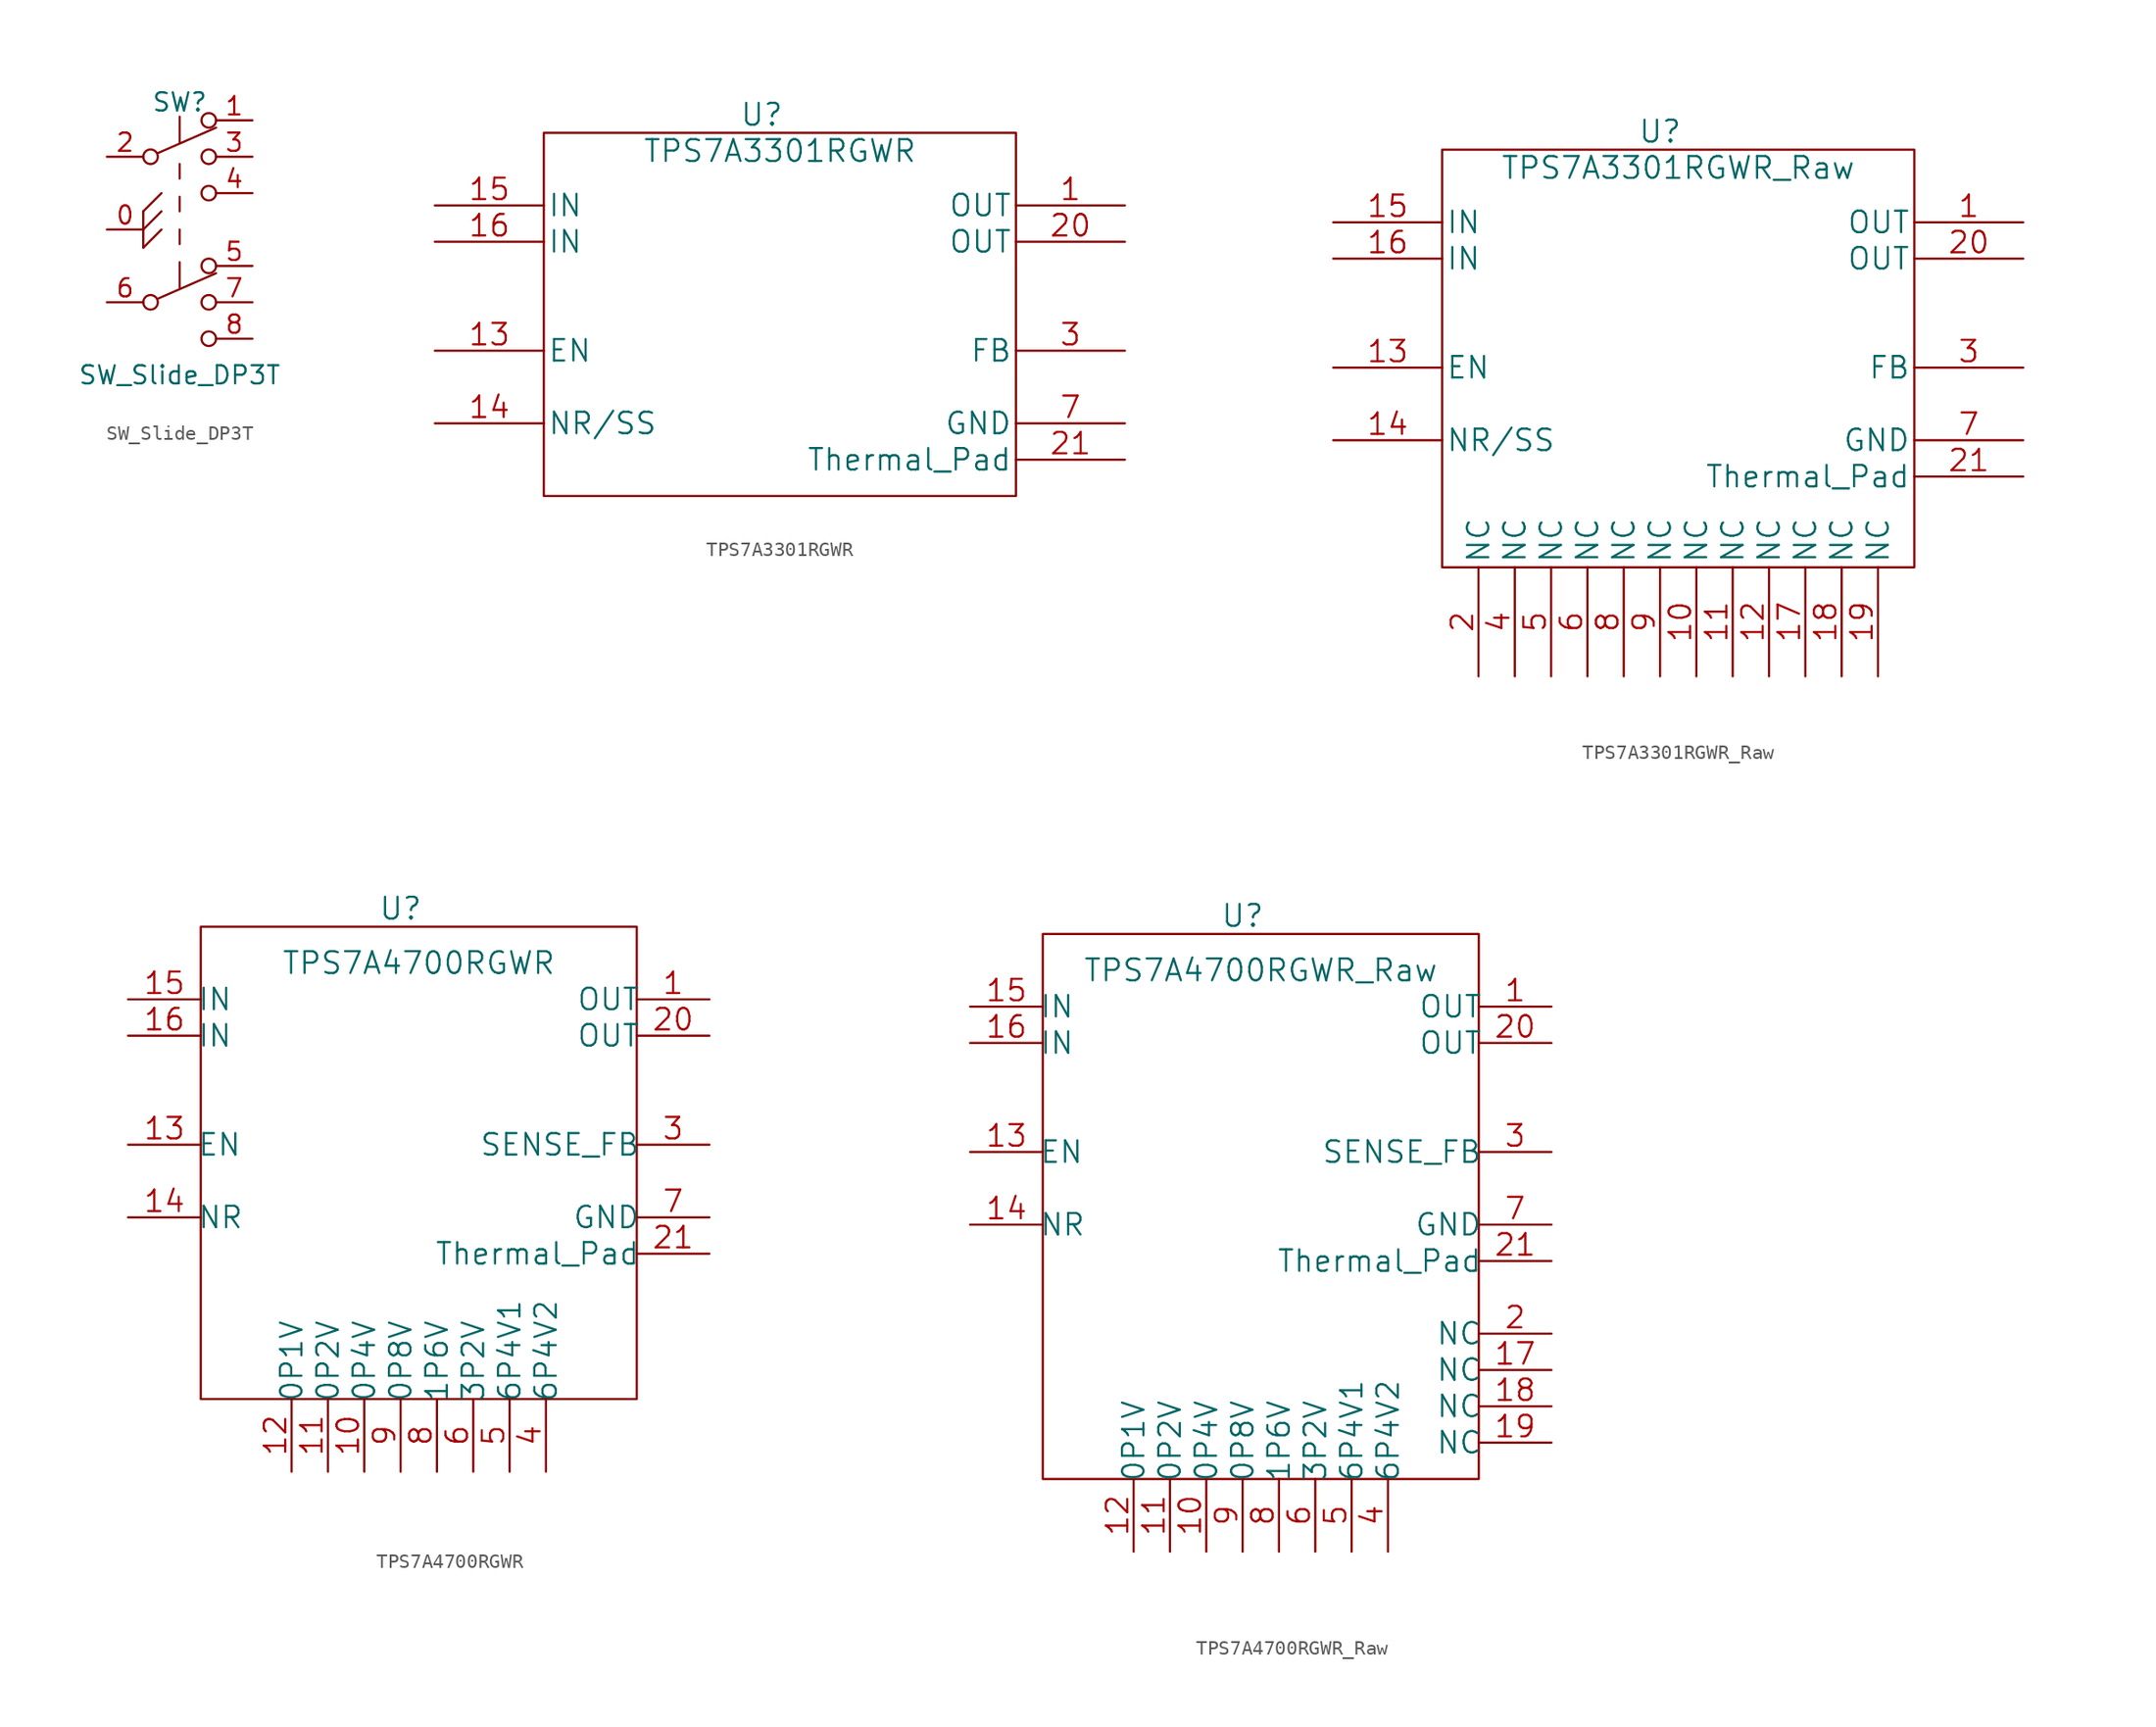
<source format=kicad_sym>
(kicad_symbol_lib
  (version 20211014)
  (generator kicad_symbol_editor)
  (symbol "SW_Slide_DP3T"
    (pin_names
      (offset 0) hide)
    (property "Reference" "SW"
      (at 0 13.97 0)
      (effects (font (size 1.27 1.27))))
    (property "Value" "SW_Slide_DP3T"
      (at 0 -5.08 0)
      (effects (font (size 1.27 1.27))))
    (symbol "SW_Slide_DP3T_0_0"
      (circle (center -2.032 0) (radius 0.508) (stroke (width 0) (type default) (color 0 0 0 0)) (fill (type none)))
      (circle (center -2.032 10.16) (radius 0.508) (stroke (width 0) (type default) (color 0 0 0 0)) (fill (type none)))
      (circle (center 2.032 -2.54) (radius 0.508) (stroke (width 0) (type default) (color 0 0 0 0)) (fill (type none)))
      (circle (center 2.032 7.62) (radius 0.508) (stroke (width 0) (type default) (color 0 0 0 0)) (fill (type none))))
    (symbol "SW_Slide_DP3T_0_1"
      (rectangle (start -2.54 3.81) (end -2.54 6.35) (stroke (width 0) (type default) (color 0 0 0 0)) (fill (type none)))
      (polyline (pts (xy -2.54 3.81) (xy -1.27 5.08)) (stroke (width 0) (type default) (color 0 0 0 0)) (fill (type none)))
      (polyline (pts (xy -2.54 5.08) (xy -1.27 6.35)) (stroke (width 0) (type default) (color 0 0 0 0)) (fill (type none)))
      (polyline (pts (xy -2.54 6.35) (xy -1.27 7.62)) (stroke (width 0) (type default) (color 0 0 0 0)) (fill (type none)))
      (polyline (pts (xy -1.524 0.254) (xy 2.54 2.032)) (stroke (width 0) (type default) (color 0 0 0 0)) (fill (type none)))
      (polyline (pts (xy -1.524 10.414) (xy 2.54 12.192)) (stroke (width 0) (type default) (color 0 0 0 0)) (fill (type none)))
      (polyline (pts (xy 0 2.794) (xy 0 1.016)) (stroke (width 0) (type default) (color 0 0 0 0)) (fill (type none)))
      (polyline (pts (xy 0 4.064) (xy 0 5.08)) (stroke (width 0) (type default) (color 0 0 0 0)) (fill (type none)))
      (polyline (pts (xy 0 6.35) (xy 0 7.366)) (stroke (width 0) (type default) (color 0 0 0 0)) (fill (type none)))
      (polyline (pts (xy 0 8.636) (xy 0 9.652)) (stroke (width 0) (type default) (color 0 0 0 0)) (fill (type none)))
      (polyline (pts (xy 0 12.954) (xy 0 11.176)) (stroke (width 0) (type default) (color 0 0 0 0)) (fill (type none)))
      (circle (center 2.032 2.54) (radius 0.508) (stroke (width 0) (type default) (color 0 0 0 0)) (fill (type none)))
      (circle (center 2.032 12.7) (radius 0.508) (stroke (width 0) (type default) (color 0 0 0 0)) (fill (type none))))
    (symbol "SW_Slide_DP3T_1_1"
      (circle (center 2.032 0) (radius 0.508) (stroke (width 0) (type default) (color 0 0 0 0)) (fill (type none)))
      (circle (center 2.032 10.16) (radius 0.508) (stroke (width 0) (type default) (color 0 0 0 0)) (fill (type none)))
      (pin power_in line (at -5.08 5.08 0) (length 2.54) (name "Casing" (effects (font (size 1.27 1.27)))) (number "0" (effects (font (size 1.27 1.27)))))
      (pin passive line (at 5.08 12.7 180) (length 2.54) (name "A" (effects (font (size 1.27 1.27)))) (number "1" (effects (font (size 1.27 1.27)))))
      (pin passive line (at -5.08 10.16 0) (length 2.54) (name "C" (effects (font (size 1.27 1.27)))) (number "2" (effects (font (size 1.27 1.27)))))
      (pin passive line (at 5.08 10.16 180) (length 2.54) (name "B" (effects (font (size 1.27 1.27)))) (number "3" (effects (font (size 1.27 1.27)))))
      (pin passive line (at 5.08 7.62 180) (length 2.54) (name "D" (effects (font (size 1.27 1.27)))) (number "4" (effects (font (size 1.27 1.27)))))
      (pin passive line (at 5.08 2.54 180) (length 2.54) (name "A" (effects (font (size 1.27 1.27)))) (number "5" (effects (font (size 1.27 1.27)))))
      (pin passive line (at -5.08 0 0) (length 2.54) (name "C" (effects (font (size 1.27 1.27)))) (number "6" (effects (font (size 1.27 1.27)))))
      (pin passive line (at 5.08 0 180) (length 2.54) (name "B" (effects (font (size 1.27 1.27)))) (number "7" (effects (font (size 1.27 1.27)))))
      (pin passive line (at 5.08 -2.54 180) (length 2.54) (name "D" (effects (font (size 1.27 1.27)))) (number "8" (effects (font (size 1.27 1.27)))))))
  (symbol "TPS7A3301RGWR"
    (pin_names
      (offset 0.254))
    (property "Reference" "U"
      (at -1.27 12.7 0)
      (effects (font (size 1.524 1.524))))
    (property "Value" "TPS7A3301RGWR"
      (at 0 10.16 0)
      (effects (font (size 1.524 1.524))))
    (property "Datasheet" ""
      (at 24.13 6.35 0)
      (effects (font (size 1.524 1.524))))
    (property "ki_locked" ""
      (at 0 0 0)
      (effects (font (size 1.27 1.27))))
    (symbol "TPS7A3301RGWR_1_1"
      (rectangle (start -16.51 11.43) (end 16.51 -13.97) (stroke (width 0) (type default) (color 0 0 0 0)) (fill (type none)))
      (pin power_in line (at 24.13 6.35 180) (length 7.62) (name "OUT" (effects (font (size 1.499 1.499)))) (number "1" (effects (font (size 1.499 1.499)))))
      (pin unspecified line (at 24.13 -11.43 180) (length 7.62) hide (name "NC" (effects (font (size 1.499 1.499)))) (number "10" (effects (font (size 1.499 1.499)))))
      (pin unspecified line (at 24.13 -11.43 180) (length 7.62) hide (name "NC" (effects (font (size 1.499 1.499)))) (number "11" (effects (font (size 1.499 1.499)))))
      (pin unspecified line (at 24.13 -11.43 180) (length 7.62) hide (name "NC" (effects (font (size 1.499 1.499)))) (number "12" (effects (font (size 1.499 1.499)))))
      (pin unspecified line (at -24.13 -3.81 0) (length 7.62) (name "EN" (effects (font (size 1.499 1.499)))) (number "13" (effects (font (size 1.499 1.499)))))
      (pin unspecified line (at -24.13 -8.89 0) (length 7.62) (name "NR/SS" (effects (font (size 1.499 1.499)))) (number "14" (effects (font (size 1.499 1.499)))))
      (pin power_in line (at -24.13 6.35 0) (length 7.62) (name "IN" (effects (font (size 1.499 1.499)))) (number "15" (effects (font (size 1.499 1.499)))))
      (pin power_in line (at -24.13 3.81 0) (length 7.62) (name "IN" (effects (font (size 1.499 1.499)))) (number "16" (effects (font (size 1.499 1.499)))))
      (pin unspecified line (at 24.13 -11.43 180) (length 7.62) hide (name "NC" (effects (font (size 1.499 1.499)))) (number "17" (effects (font (size 1.499 1.499)))))
      (pin unspecified line (at 24.13 -11.43 180) (length 7.62) hide (name "NC" (effects (font (size 1.499 1.499)))) (number "18" (effects (font (size 1.499 1.499)))))
      (pin unspecified line (at 24.13 -11.43 180) (length 7.62) hide (name "NC" (effects (font (size 1.499 1.499)))) (number "19" (effects (font (size 1.499 1.499)))))
      (pin unspecified line (at 24.13 3.81 180) (length 7.62) hide (name "NC" (effects (font (size 1.499 1.499)))) (number "2" (effects (font (size 1.499 1.499)))))
      (pin power_in line (at 24.13 3.81 180) (length 7.62) (name "OUT" (effects (font (size 1.499 1.499)))) (number "20" (effects (font (size 1.499 1.499)))))
      (pin unspecified line (at 24.13 -11.43 180) (length 7.62) (name "Thermal_Pad" (effects (font (size 1.499 1.499)))) (number "21" (effects (font (size 1.499 1.499)))))
      (pin unspecified line (at 24.13 -3.81 180) (length 7.62) (name "FB" (effects (font (size 1.499 1.499)))) (number "3" (effects (font (size 1.499 1.499)))))
      (pin unspecified line (at 24.13 -11.43 180) (length 7.62) hide (name "NC" (effects (font (size 1.499 1.499)))) (number "4" (effects (font (size 1.499 1.499)))))
      (pin unspecified line (at 24.13 -11.43 180) (length 7.62) hide (name "NC" (effects (font (size 1.499 1.499)))) (number "5" (effects (font (size 1.499 1.499)))))
      (pin unspecified line (at 24.13 -11.43 180) (length 7.62) hide (name "NC" (effects (font (size 1.499 1.499)))) (number "6" (effects (font (size 1.499 1.499)))))
      (pin power_in line (at 24.13 -8.89 180) (length 7.62) (name "GND" (effects (font (size 1.499 1.499)))) (number "7" (effects (font (size 1.499 1.499)))))
      (pin unspecified line (at 24.13 -11.43 180) (length 7.62) hide (name "NC" (effects (font (size 1.499 1.499)))) (number "8" (effects (font (size 1.499 1.499)))))
      (pin unspecified line (at 24.13 -11.43 180) (length 7.62) hide (name "NC" (effects (font (size 1.499 1.499)))) (number "9" (effects (font (size 1.499 1.499)))))))
  (symbol "TPS7A3301RGWR_Raw"
    (pin_names
      (offset 0.254))
    (property "Reference" "U"
      (at -1.27 12.7 0)
      (effects (font (size 1.524 1.524))))
    (property "Value" "TPS7A3301RGWR_Raw"
      (at 0 10.16 0)
      (effects (font (size 1.524 1.524))))
    (property "Datasheet" ""
      (at 24.13 6.35 0)
      (effects (font (size 1.524 1.524))))
    (property "ki_locked" ""
      (at 0 0 0)
      (effects (font (size 1.27 1.27))))
    (symbol "TPS7A3301RGWR_Raw_1_1"
      (rectangle (start -16.51 11.43) (end 16.51 -17.78) (stroke (width 0) (type default) (color 0 0 0 0)) (fill (type none)))
      (pin power_out line (at 24.13 6.35 180) (length 7.62) (name "OUT" (effects (font (size 1.499 1.499)))) (number "1" (effects (font (size 1.499 1.499)))))
      (pin unspecified line (at 1.27 -25.4 90) (length 7.62) (name "NC" (effects (font (size 1.499 1.499)))) (number "10" (effects (font (size 1.499 1.499)))))
      (pin unspecified line (at 3.81 -25.4 90) (length 7.62) (name "NC" (effects (font (size 1.499 1.499)))) (number "11" (effects (font (size 1.499 1.499)))))
      (pin unspecified line (at 6.35 -25.4 90) (length 7.62) (name "NC" (effects (font (size 1.499 1.499)))) (number "12" (effects (font (size 1.499 1.499)))))
      (pin unspecified line (at -24.13 -3.81 0) (length 7.62) (name "EN" (effects (font (size 1.499 1.499)))) (number "13" (effects (font (size 1.499 1.499)))))
      (pin unspecified line (at -24.13 -8.89 0) (length 7.62) (name "NR/SS" (effects (font (size 1.499 1.499)))) (number "14" (effects (font (size 1.499 1.499)))))
      (pin power_in line (at -24.13 6.35 0) (length 7.62) (name "IN" (effects (font (size 1.499 1.499)))) (number "15" (effects (font (size 1.499 1.499)))))
      (pin power_in line (at -24.13 3.81 0) (length 7.62) (name "IN" (effects (font (size 1.499 1.499)))) (number "16" (effects (font (size 1.499 1.499)))))
      (pin unspecified line (at 8.89 -25.4 90) (length 7.62) (name "NC" (effects (font (size 1.499 1.499)))) (number "17" (effects (font (size 1.499 1.499)))))
      (pin unspecified line (at 11.43 -25.4 90) (length 7.62) (name "NC" (effects (font (size 1.499 1.499)))) (number "18" (effects (font (size 1.499 1.499)))))
      (pin unspecified line (at 13.97 -25.4 90) (length 7.62) (name "NC" (effects (font (size 1.499 1.499)))) (number "19" (effects (font (size 1.499 1.499)))))
      (pin unspecified line (at -13.97 -25.4 90) (length 7.62) (name "NC" (effects (font (size 1.499 1.499)))) (number "2" (effects (font (size 1.499 1.499)))))
      (pin power_out line (at 24.13 3.81 180) (length 7.62) (name "OUT" (effects (font (size 1.499 1.499)))) (number "20" (effects (font (size 1.499 1.499)))))
      (pin unspecified line (at 24.13 -11.43 180) (length 7.62) (name "Thermal_Pad" (effects (font (size 1.499 1.499)))) (number "21" (effects (font (size 1.499 1.499)))))
      (pin unspecified line (at 24.13 -3.81 180) (length 7.62) (name "FB" (effects (font (size 1.499 1.499)))) (number "3" (effects (font (size 1.499 1.499)))))
      (pin unspecified line (at -11.43 -25.4 90) (length 7.62) (name "NC" (effects (font (size 1.499 1.499)))) (number "4" (effects (font (size 1.499 1.499)))))
      (pin unspecified line (at -8.89 -25.4 90) (length 7.62) (name "NC" (effects (font (size 1.499 1.499)))) (number "5" (effects (font (size 1.499 1.499)))))
      (pin unspecified line (at -6.35 -25.4 90) (length 7.62) (name "NC" (effects (font (size 1.499 1.499)))) (number "6" (effects (font (size 1.499 1.499)))))
      (pin power_in line (at 24.13 -8.89 180) (length 7.62) (name "GND" (effects (font (size 1.499 1.499)))) (number "7" (effects (font (size 1.499 1.499)))))
      (pin unspecified line (at -3.81 -25.4 90) (length 7.62) (name "NC" (effects (font (size 1.499 1.499)))) (number "8" (effects (font (size 1.499 1.499)))))
      (pin unspecified line (at -1.27 -25.4 90) (length 7.62) (name "NC" (effects (font (size 1.499 1.499)))) (number "9" (effects (font (size 1.499 1.499)))))))
  (symbol "TPS7A4700RGWR"
    (pin_names
      (offset -0.254))
    (property "Reference" "U"
      (at -1.27 19.05 0)
      (effects (font (size 1.524 1.524))))
    (property "Value" "TPS7A4700RGWR"
      (at 0 15.24 0)
      (effects (font (size 1.524 1.524))))
    (property "Datasheet" ""
      (at -20.32 12.7 0)
      (effects (font (size 1.524 1.524))))
    (property "ki_locked" ""
      (at 0 0 0)
      (effects (font (size 1.27 1.27))))
    (symbol "TPS7A4700RGWR_1_1"
      (rectangle (start -15.24 17.78) (end 15.24 -15.24) (stroke (width 0) (type default) (color 0 0 0 0)) (fill (type none)))
      (pin power_in line (at 20.32 12.7 180) (length 5.08) (name "OUT" (effects (font (size 1.499 1.499)))) (number "1" (effects (font (size 1.499 1.499)))))
      (pin unspecified line (at -3.81 -20.32 90) (length 5.08) (name "0P4V" (effects (font (size 1.499 1.499)))) (number "10" (effects (font (size 1.499 1.499)))))
      (pin unspecified line (at -6.35 -20.32 90) (length 5.08) (name "0P2V" (effects (font (size 1.499 1.499)))) (number "11" (effects (font (size 1.499 1.499)))))
      (pin unspecified line (at -8.89 -20.32 90) (length 5.08) (name "0P1V" (effects (font (size 1.499 1.499)))) (number "12" (effects (font (size 1.499 1.499)))))
      (pin input line (at -20.32 2.54 0) (length 5.08) (name "EN" (effects (font (size 1.499 1.499)))) (number "13" (effects (font (size 1.499 1.499)))))
      (pin unspecified line (at -20.32 -2.54 0) (length 5.08) (name "NR" (effects (font (size 1.499 1.499)))) (number "14" (effects (font (size 1.499 1.499)))))
      (pin power_in line (at -20.32 12.7 0) (length 5.08) (name "IN" (effects (font (size 1.499 1.499)))) (number "15" (effects (font (size 1.499 1.499)))))
      (pin power_in line (at -20.32 10.16 0) (length 5.08) (name "IN" (effects (font (size 1.499 1.499)))) (number "16" (effects (font (size 1.499 1.499)))))
      (pin unspecified line (at 20.32 -5.08 180) (length 5.08) hide (name "NC" (effects (font (size 1.499 1.499)))) (number "17" (effects (font (size 1.499 1.499)))))
      (pin unspecified line (at 20.32 -5.08 180) (length 5.08) hide (name "NC" (effects (font (size 1.499 1.499)))) (number "18" (effects (font (size 1.499 1.499)))))
      (pin unspecified line (at 20.32 -5.08 180) (length 5.08) hide (name "NC" (effects (font (size 1.499 1.499)))) (number "19" (effects (font (size 1.499 1.499)))))
      (pin unspecified line (at 20.32 10.16 180) (length 5.08) hide (name "NC" (effects (font (size 1.499 1.499)))) (number "2" (effects (font (size 1.499 1.499)))))
      (pin power_in line (at 20.32 10.16 180) (length 5.08) (name "OUT" (effects (font (size 1.499 1.499)))) (number "20" (effects (font (size 1.499 1.499)))))
      (pin power_in line (at 20.32 -5.08 180) (length 5.08) (name "Thermal_Pad" (effects (font (size 1.499 1.499)))) (number "21" (effects (font (size 1.499 1.499)))))
      (pin unspecified line (at 20.32 2.54 180) (length 5.08) (name "SENSE_FB" (effects (font (size 1.499 1.499)))) (number "3" (effects (font (size 1.499 1.499)))))
      (pin unspecified line (at 8.89 -20.32 90) (length 5.08) (name "6P4V2" (effects (font (size 1.499 1.499)))) (number "4" (effects (font (size 1.499 1.499)))))
      (pin unspecified line (at 6.35 -20.32 90) (length 5.08) (name "6P4V1" (effects (font (size 1.499 1.499)))) (number "5" (effects (font (size 1.499 1.499)))))
      (pin unspecified line (at 3.81 -20.32 90) (length 5.08) (name "3P2V" (effects (font (size 1.499 1.499)))) (number "6" (effects (font (size 1.499 1.499)))))
      (pin power_in line (at 20.32 -2.54 180) (length 5.08) (name "GND" (effects (font (size 1.499 1.499)))) (number "7" (effects (font (size 1.499 1.499)))))
      (pin unspecified line (at 1.27 -20.32 90) (length 5.08) (name "1P6V" (effects (font (size 1.499 1.499)))) (number "8" (effects (font (size 1.499 1.499)))))
      (pin unspecified line (at -1.27 -20.32 90) (length 5.08) (name "0P8V" (effects (font (size 1.499 1.499)))) (number "9" (effects (font (size 1.499 1.499)))))))
  (symbol "TPS7A4700RGWR_Raw"
    (pin_names
      (offset -0.254))
    (property "Reference" "U"
      (at -1.27 19.05 0)
      (effects (font (size 1.524 1.524))))
    (property "Value" "TPS7A4700RGWR_Raw"
      (at 0 15.24 0)
      (effects (font (size 1.524 1.524))))
    (property "Datasheet" ""
      (at -20.32 12.7 0)
      (effects (font (size 1.524 1.524))))
    (property "ki_locked" ""
      (at 0 0 0)
      (effects (font (size 1.27 1.27))))
    (symbol "TPS7A4700RGWR_Raw_1_1"
      (rectangle (start -15.24 17.78) (end 15.24 -20.32) (stroke (width 0) (type default) (color 0 0 0 0)) (fill (type none)))
      (pin power_in line (at 20.32 12.7 180) (length 5.08) (name "OUT" (effects (font (size 1.499 1.499)))) (number "1" (effects (font (size 1.499 1.499)))))
      (pin unspecified line (at -3.81 -25.4 90) (length 5.08) (name "0P4V" (effects (font (size 1.499 1.499)))) (number "10" (effects (font (size 1.499 1.499)))))
      (pin unspecified line (at -6.35 -25.4 90) (length 5.08) (name "0P2V" (effects (font (size 1.499 1.499)))) (number "11" (effects (font (size 1.499 1.499)))))
      (pin unspecified line (at -8.89 -25.4 90) (length 5.08) (name "0P1V" (effects (font (size 1.499 1.499)))) (number "12" (effects (font (size 1.499 1.499)))))
      (pin input line (at -20.32 2.54 0) (length 5.08) (name "EN" (effects (font (size 1.499 1.499)))) (number "13" (effects (font (size 1.499 1.499)))))
      (pin unspecified line (at -20.32 -2.54 0) (length 5.08) (name "NR" (effects (font (size 1.499 1.499)))) (number "14" (effects (font (size 1.499 1.499)))))
      (pin power_in line (at -20.32 12.7 0) (length 5.08) (name "IN" (effects (font (size 1.499 1.499)))) (number "15" (effects (font (size 1.499 1.499)))))
      (pin power_in line (at -20.32 10.16 0) (length 5.08) (name "IN" (effects (font (size 1.499 1.499)))) (number "16" (effects (font (size 1.499 1.499)))))
      (pin unspecified line (at 20.32 -12.7 180) (length 5.08) (name "NC" (effects (font (size 1.499 1.499)))) (number "17" (effects (font (size 1.499 1.499)))))
      (pin unspecified line (at 20.32 -15.24 180) (length 5.08) (name "NC" (effects (font (size 1.499 1.499)))) (number "18" (effects (font (size 1.499 1.499)))))
      (pin unspecified line (at 20.32 -17.78 180) (length 5.08) (name "NC" (effects (font (size 1.499 1.499)))) (number "19" (effects (font (size 1.499 1.499)))))
      (pin unspecified line (at 20.32 -10.16 180) (length 5.08) (name "NC" (effects (font (size 1.499 1.499)))) (number "2" (effects (font (size 1.499 1.499)))))
      (pin power_in line (at 20.32 10.16 180) (length 5.08) (name "OUT" (effects (font (size 1.499 1.499)))) (number "20" (effects (font (size 1.499 1.499)))))
      (pin power_in line (at 20.32 -5.08 180) (length 5.08) (name "Thermal_Pad" (effects (font (size 1.499 1.499)))) (number "21" (effects (font (size 1.499 1.499)))))
      (pin unspecified line (at 20.32 2.54 180) (length 5.08) (name "SENSE_FB" (effects (font (size 1.499 1.499)))) (number "3" (effects (font (size 1.499 1.499)))))
      (pin unspecified line (at 8.89 -25.4 90) (length 5.08) (name "6P4V2" (effects (font (size 1.499 1.499)))) (number "4" (effects (font (size 1.499 1.499)))))
      (pin unspecified line (at 6.35 -25.4 90) (length 5.08) (name "6P4V1" (effects (font (size 1.499 1.499)))) (number "5" (effects (font (size 1.499 1.499)))))
      (pin unspecified line (at 3.81 -25.4 90) (length 5.08) (name "3P2V" (effects (font (size 1.499 1.499)))) (number "6" (effects (font (size 1.499 1.499)))))
      (pin power_in line (at 20.32 -2.54 180) (length 5.08) (name "GND" (effects (font (size 1.499 1.499)))) (number "7" (effects (font (size 1.499 1.499)))))
      (pin unspecified line (at 1.27 -25.4 90) (length 5.08) (name "1P6V" (effects (font (size 1.499 1.499)))) (number "8" (effects (font (size 1.499 1.499)))))
      (pin unspecified line (at -1.27 -25.4 90) (length 5.08) (name "0P8V" (effects (font (size 1.499 1.499)))) (number "9" (effects (font (size 1.499 1.499))))))))
</source>
